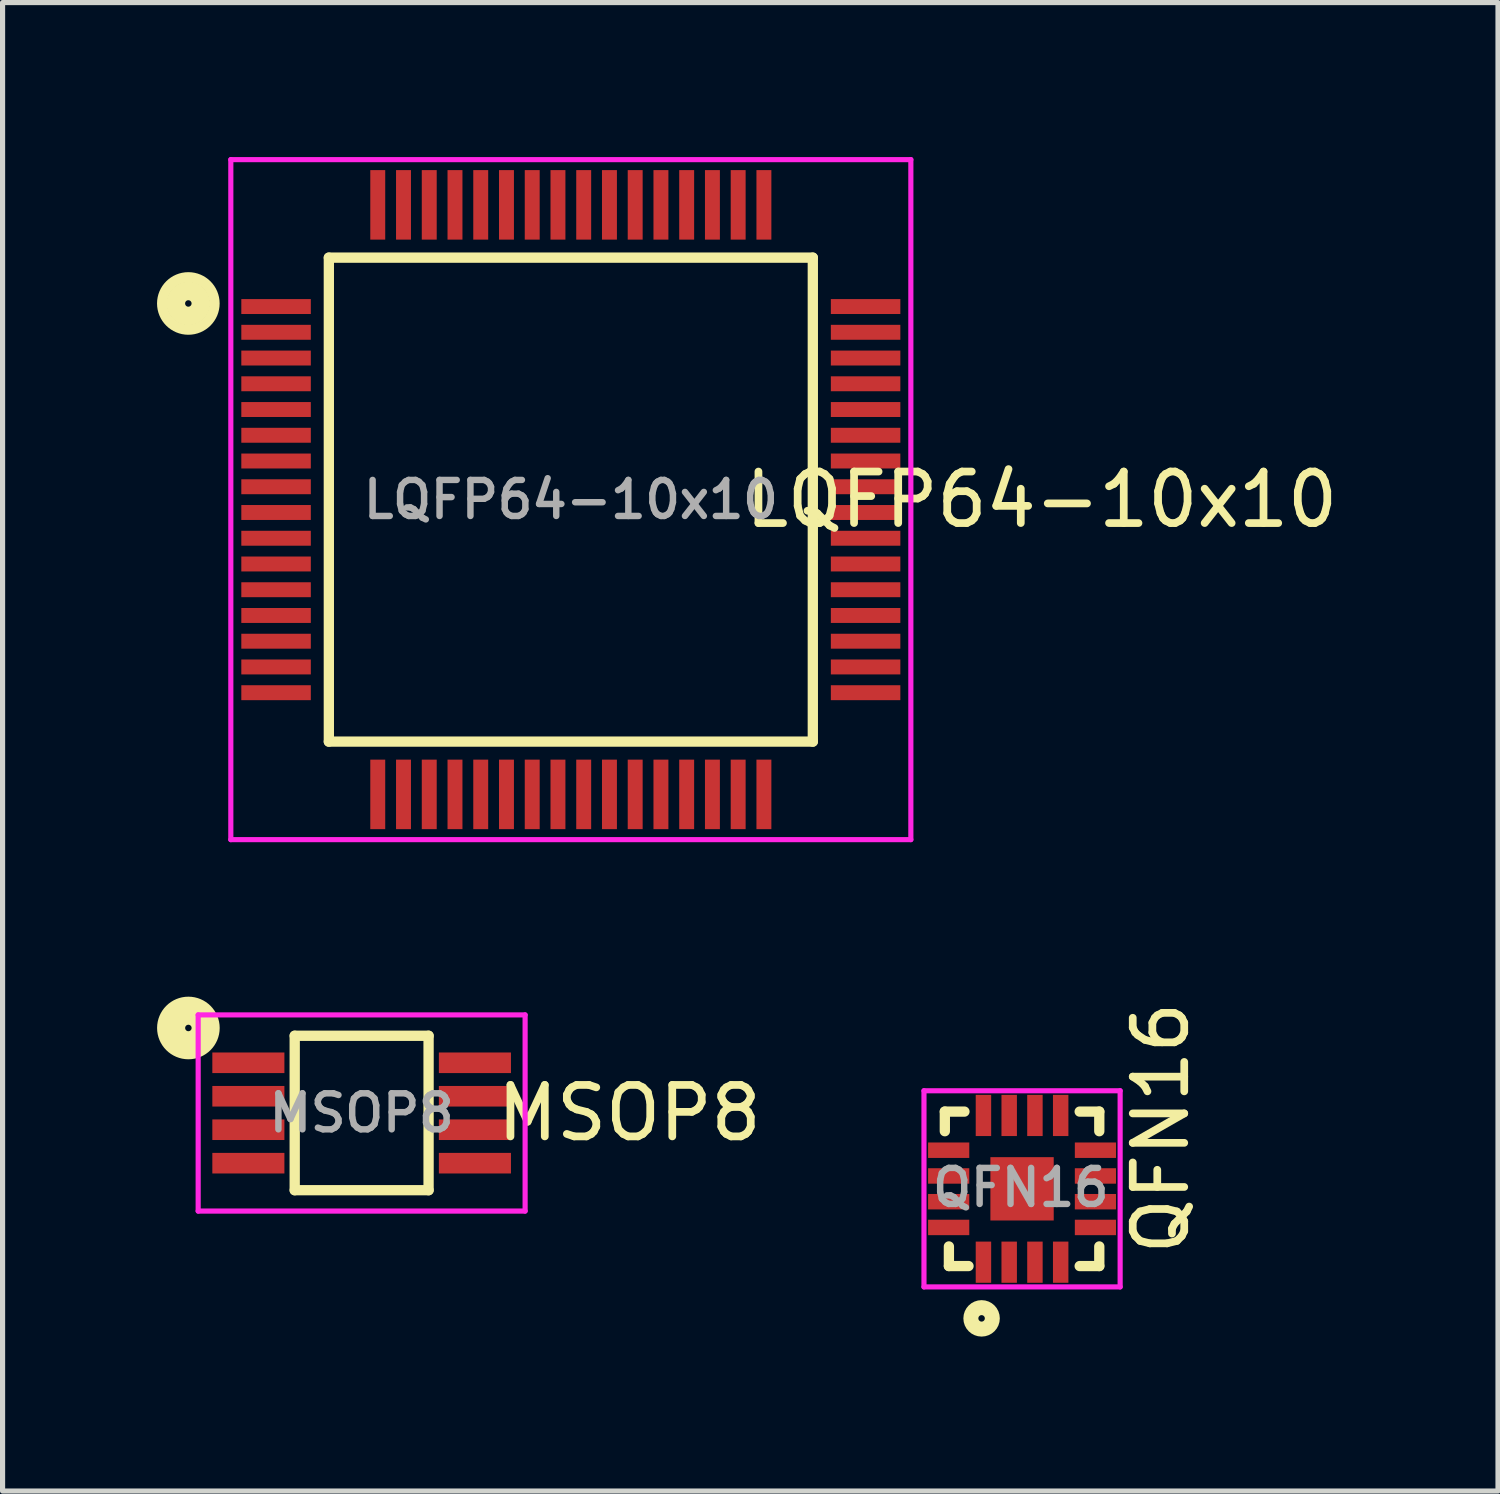
<source format=kicad_pcb>
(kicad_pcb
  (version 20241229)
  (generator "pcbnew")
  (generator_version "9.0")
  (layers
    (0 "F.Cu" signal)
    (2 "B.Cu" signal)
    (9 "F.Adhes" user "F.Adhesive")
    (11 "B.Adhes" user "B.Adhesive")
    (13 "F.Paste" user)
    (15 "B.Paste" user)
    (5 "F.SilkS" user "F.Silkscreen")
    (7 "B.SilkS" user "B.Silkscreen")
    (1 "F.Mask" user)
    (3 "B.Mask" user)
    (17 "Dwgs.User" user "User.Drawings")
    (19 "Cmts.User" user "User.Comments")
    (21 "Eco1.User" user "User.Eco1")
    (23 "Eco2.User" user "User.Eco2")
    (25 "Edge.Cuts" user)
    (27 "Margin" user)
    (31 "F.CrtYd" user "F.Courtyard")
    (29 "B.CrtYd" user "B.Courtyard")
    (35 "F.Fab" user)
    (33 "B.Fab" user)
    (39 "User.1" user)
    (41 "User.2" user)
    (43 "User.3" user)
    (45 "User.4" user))
  (footprint "QFN16"
    (layer "F.Cu")
    (at 16.801 20.04)
    (property "Reference" "QFN16" (at 2.695 -1.179 90) (layer "F.SilkS") (effects (font (size 1 1) (thickness 0.15))))
    (attr through_hole)
    (fp_line (start -1.5 -1.5) (end -1.5 -1.119) (stroke (width 0.2) (type solid)) (layer "F.SilkS"))
    (fp_line (start -1.5 -1.5) (end -1.119 -1.5) (stroke (width 0.2) (type solid)) (layer "F.SilkS"))
    (fp_line (start -1.421 1.5) (end -1.421 1.119) (stroke (width 0.2) (type solid)) (layer "F.SilkS"))
    (fp_line (start -1.04 1.5) (end -1.421 1.5) (stroke (width 0.2) (type solid)) (layer "F.SilkS"))
    (fp_line (start 1.5 -1.5) (end 1.119 -1.5) (stroke (width 0.2) (type solid)) (layer "F.SilkS"))
    (fp_line (start 1.5 -1.5) (end 1.5 -1.119) (stroke (width 0.2) (type solid)) (layer "F.SilkS"))
    (fp_line (start 1.5 1.5) (end 1.119 1.5) (stroke (width 0.2) (type solid)) (layer "F.SilkS"))
    (fp_line (start 1.5 1.5) (end 1.5 1.119) (stroke (width 0.2) (type solid)) (layer "F.SilkS"))
    (fp_circle (center -0.786 2.516) (end -0.723 2.516) (stroke (width 0.2) (type solid)) (fill no) (layer "F.SilkS"))
    (fp_circle (center -0.786 2.516) (end -0.532 2.516) (stroke (width 0.2) (type solid)) (fill no) (layer "F.SilkS"))
    (fp_line (start -1.905 -1.905) (end 1.905 -1.905) (stroke (width 0.1) (type solid)) (layer "F.CrtYd"))
    (fp_line (start -1.905 1.905) (end -1.905 -1.905) (stroke (width 0.1) (type solid)) (layer "F.CrtYd"))
    (fp_line (start 1.905 -1.905) (end 1.905 1.905) (stroke (width 0.1) (type solid)) (layer "F.CrtYd"))
    (fp_line (start 1.905 1.905) (end -1.905 1.905) (stroke (width 0.1) (type solid)) (layer "F.CrtYd"))
    (fp_text user "${REFERENCE}" (at -0.024 -0.024 0) (layer "F.Fab") (effects (font (size 0.7 0.7) (thickness 0.125))))
    (pad "1" smd rect (at -0.75 1.425) (size 0.3 0.8) (layers "F.Cu" "F.Mask" "F.Paste"))
    (pad "2" smd rect (at -0.25 1.425) (size 0.3 0.8) (layers "F.Cu" "F.Mask" "F.Paste"))
    (pad "3" smd rect (at 0 0) (size 1.23 1.23) (layers "F.Cu" "F.Mask" "F.Paste"))
    (pad "3" smd rect (at 0.25 1.425) (size 0.3 0.8) (layers "F.Cu" "F.Mask" "F.Paste"))
    (pad "4" smd rect (at 0.75 1.425) (size 0.3 0.8) (layers "F.Cu" "F.Mask" "F.Paste"))
    (pad "5" smd rect (at 1.425 0.75) (size 0.8 0.3) (layers "F.Cu" "F.Mask" "F.Paste"))
    (pad "6" smd rect (at 1.425 0.25) (size 0.8 0.3) (layers "F.Cu" "F.Mask" "F.Paste"))
    (pad "7" smd rect (at 1.425 -0.25) (size 0.8 0.3) (layers "F.Cu" "F.Mask" "F.Paste"))
    (pad "8" smd rect (at 1.425 -0.75) (size 0.8 0.3) (layers "F.Cu" "F.Mask" "F.Paste"))
    (pad "9" smd rect (at 0.75 -1.425) (size 0.3 0.8) (layers "F.Cu" "F.Mask" "F.Paste"))
    (pad "10" smd rect (at 0.25 -1.425) (size 0.3 0.8) (layers "F.Cu" "F.Mask" "F.Paste"))
    (pad "11" smd rect (at -0.25 -1.425) (size 0.3 0.8) (layers "F.Cu" "F.Mask" "F.Paste"))
    (pad "12" smd rect (at -0.75 -1.425) (size 0.3 0.8) (layers "F.Cu" "F.Mask" "F.Paste"))
    (pad "13" smd rect (at -1.425 -0.75) (size 0.8 0.3) (layers "F.Cu" "F.Mask" "F.Paste"))
    (pad "14" smd rect (at -1.425 -0.25) (size 0.8 0.3) (layers "F.Cu" "F.Mask" "F.Paste"))
    (pad "15" smd rect (at -1.425 0.25) (size 0.8 0.3) (layers "F.Cu" "F.Mask" "F.Paste"))
    (pad "16" smd rect (at -1.425 0.75) (size 0.8 0.3) (layers "F.Cu" "F.Mask" "F.Paste")))
  (footprint "MSOP8"
    (layer "F.Cu")
    (at 3.974 18.567)
    (property "Reference" "MSOP8" (at 5.2 0 0) (layer "F.SilkS") (effects (font (size 1 1) (thickness 0.15))))
    (attr through_hole)
    (fp_line (start -1.3 -1.5) (end -1.3 1.5) (stroke (width 0.2) (type solid)) (layer "F.SilkS"))
    (fp_line (start -1.3 1.5) (end 1.3 1.5) (stroke (width 0.2) (type solid)) (layer "F.SilkS"))
    (fp_line (start 1.3 -1.5) (end -1.3 -1.5) (stroke (width 0.2) (type solid)) (layer "F.SilkS"))
    (fp_line (start 1.3 1.5) (end 1.3 -1.5) (stroke (width 0.2) (type solid)) (layer "F.SilkS"))
    (fp_circle (center -3.365 -1.651) (end -3.302 -1.651) (stroke (width 0.2) (type solid)) (fill no) (layer "F.SilkS"))
    (fp_circle (center -3.365 -1.651) (end -3.111 -1.651) (stroke (width 0.2) (type solid)) (fill no) (layer "F.SilkS"))
    (fp_circle (center -3.365 -1.651) (end -2.985 -1.714) (stroke (width 0.2) (type solid)) (fill no) (layer "F.SilkS"))
    (fp_circle (center -3.365 -1.651) (end -2.857 -1.651) (stroke (width 0.2) (type solid)) (fill no) (layer "F.SilkS"))
    (fp_line (start -3.175 -1.905) (end -3.175 1.905) (stroke (width 0.1) (type solid)) (layer "F.CrtYd"))
    (fp_line (start -3.175 1.905) (end 3.175 1.905) (stroke (width 0.1) (type solid)) (layer "F.CrtYd"))
    (fp_line (start 3.175 -1.905) (end -3.175 -1.905) (stroke (width 0.1) (type solid)) (layer "F.CrtYd"))
    (fp_line (start 3.175 1.905) (end 3.175 -1.905) (stroke (width 0.1) (type solid)) (layer "F.CrtYd"))
    (fp_text user "${REFERENCE}" (at 0 0 0) (layer "F.Fab") (effects (font (size 0.7 0.7) (thickness 0.125))))
    (pad "1" smd rect (at -2.2 -0.975) (size 1.4 0.4) (layers "F.Cu" "F.Mask" "F.Paste"))
    (pad "2" smd rect (at -2.2 -0.325) (size 1.4 0.4) (layers "F.Cu" "F.Mask" "F.Paste"))
    (pad "3" smd rect (at -2.2 0.325) (size 1.4 0.4) (layers "F.Cu" "F.Mask" "F.Paste"))
    (pad "4" smd rect (at -2.2 0.975) (size 1.4 0.4) (layers "F.Cu" "F.Mask" "F.Paste"))
    (pad "5" smd rect (at 2.2 0.975) (size 1.4 0.4) (layers "F.Cu" "F.Mask" "F.Paste"))
    (pad "6" smd rect (at 2.2 0.325) (size 1.4 0.4) (layers "F.Cu" "F.Mask" "F.Paste"))
    (pad "7" smd rect (at 2.2 -0.325) (size 1.4 0.4) (layers "F.Cu" "F.Mask" "F.Paste"))
    (pad "8" smd rect (at 2.2 -0.975) (size 1.4 0.4) (layers "F.Cu" "F.Mask" "F.Paste")))
  (footprint "LQFP64-10x10"
    (layer "F.Cu")
    (at 8.037 6.654)
    (property "Reference" "LQFP64-10x10" (at 9.144 0 0) (layer "F.SilkS") (effects (font (size 1 1) (thickness 0.15))))
    (attr through_hole)
    (fp_line (start -4.7 -4.7) (end -4.7 4.7) (stroke (width 0.2) (type solid)) (layer "F.SilkS"))
    (fp_line (start -4.7 4.7) (end 4.7 4.7) (stroke (width 0.2) (type solid)) (layer "F.SilkS"))
    (fp_line (start 4.7 -4.7) (end -4.7 -4.7) (stroke (width 0.2) (type solid)) (layer "F.SilkS"))
    (fp_line (start 4.7 4.7) (end 4.7 -4.7) (stroke (width 0.2) (type solid)) (layer "F.SilkS"))
    (fp_circle (center -7.429 -3.81) (end -7.366 -3.81) (stroke (width 0.2) (type solid)) (fill no) (layer "F.SilkS"))
    (fp_circle (center -7.429 -3.81) (end -7.239 -3.81) (stroke (width 0.2) (type solid)) (fill no) (layer "F.SilkS"))
    (fp_circle (center -7.429 -3.81) (end -7.112 -3.873) (stroke (width 0.2) (type solid)) (fill no) (layer "F.SilkS"))
    (fp_circle (center -7.429 -3.81) (end -6.921 -3.81) (stroke (width 0.2) (type solid)) (fill no) (layer "F.SilkS"))
    (fp_line (start -6.604 -6.604) (end -6.604 6.604) (stroke (width 0.1) (type solid)) (layer "F.CrtYd"))
    (fp_line (start -6.604 6.604) (end 6.604 6.604) (stroke (width 0.1) (type solid)) (layer "F.CrtYd"))
    (fp_line (start 6.604 -6.604) (end -6.604 -6.604) (stroke (width 0.1) (type solid)) (layer "F.CrtYd"))
    (fp_line (start 6.604 6.604) (end 6.604 -6.604) (stroke (width 0.1) (type solid)) (layer "F.CrtYd"))
    (fp_text user "${REFERENCE}" (at 0 0 0) (layer "F.Fab") (effects (font (size 0.7 0.7) (thickness 0.125))))
    (pad "1" smd rect (at -5.725 -3.75) (size 1.35 0.29) (layers "F.Cu" "F.Mask" "F.Paste"))
    (pad "2" smd rect (at -5.725 -3.25) (size 1.35 0.29) (layers "F.Cu" "F.Mask" "F.Paste"))
    (pad "3" smd rect (at -5.725 -2.75) (size 1.35 0.29) (layers "F.Cu" "F.Mask" "F.Paste"))
    (pad "4" smd rect (at -5.725 -2.25) (size 1.35 0.29) (layers "F.Cu" "F.Mask" "F.Paste"))
    (pad "5" smd rect (at -5.725 -1.75) (size 1.35 0.29) (layers "F.Cu" "F.Mask" "F.Paste"))
    (pad "6" smd rect (at -5.725 -1.25) (size 1.35 0.29) (layers "F.Cu" "F.Mask" "F.Paste"))
    (pad "7" smd rect (at -5.725 -0.75) (size 1.35 0.29) (layers "F.Cu" "F.Mask" "F.Paste"))
    (pad "8" smd rect (at -5.725 -0.25) (size 1.35 0.29) (layers "F.Cu" "F.Mask" "F.Paste"))
    (pad "9" smd rect (at -5.725 0.25) (size 1.35 0.29) (layers "F.Cu" "F.Mask" "F.Paste"))
    (pad "10" smd rect (at -5.725 0.75) (size 1.35 0.29) (layers "F.Cu" "F.Mask" "F.Paste"))
    (pad "11" smd rect (at -5.725 1.25) (size 1.35 0.29) (layers "F.Cu" "F.Mask" "F.Paste"))
    (pad "12" smd rect (at -5.725 1.75) (size 1.35 0.29) (layers "F.Cu" "F.Mask" "F.Paste"))
    (pad "13" smd rect (at -5.725 2.25) (size 1.35 0.29) (layers "F.Cu" "F.Mask" "F.Paste"))
    (pad "14" smd rect (at -5.725 2.75) (size 1.35 0.29) (layers "F.Cu" "F.Mask" "F.Paste"))
    (pad "15" smd rect (at -5.725 3.25) (size 1.35 0.29) (layers "F.Cu" "F.Mask" "F.Paste"))
    (pad "16" smd rect (at -5.725 3.75) (size 1.35 0.29) (layers "F.Cu" "F.Mask" "F.Paste"))
    (pad "17" smd rect (at -3.75 5.725 90) (size 1.35 0.29) (layers "F.Cu" "F.Mask" "F.Paste"))
    (pad "18" smd rect (at -3.25 5.725 90) (size 1.35 0.29) (layers "F.Cu" "F.Mask" "F.Paste"))
    (pad "19" smd rect (at -2.75 5.725 90) (size 1.35 0.29) (layers "F.Cu" "F.Mask" "F.Paste"))
    (pad "20" smd rect (at -2.25 5.725 90) (size 1.35 0.29) (layers "F.Cu" "F.Mask" "F.Paste"))
    (pad "21" smd rect (at -1.75 5.725 90) (size 1.35 0.29) (layers "F.Cu" "F.Mask" "F.Paste"))
    (pad "22" smd rect (at -1.25 5.725 90) (size 1.35 0.29) (layers "F.Cu" "F.Mask" "F.Paste"))
    (pad "23" smd rect (at -0.75 5.725 90) (size 1.35 0.29) (layers "F.Cu" "F.Mask" "F.Paste"))
    (pad "24" smd rect (at -0.25 5.725 90) (size 1.35 0.29) (layers "F.Cu" "F.Mask" "F.Paste"))
    (pad "25" smd rect (at 0.25 5.725 90) (size 1.35 0.29) (layers "F.Cu" "F.Mask" "F.Paste"))
    (pad "26" smd rect (at 0.75 5.725 90) (size 1.35 0.29) (layers "F.Cu" "F.Mask" "F.Paste"))
    (pad "27" smd rect (at 1.25 5.725 90) (size 1.35 0.29) (layers "F.Cu" "F.Mask" "F.Paste"))
    (pad "28" smd rect (at 1.75 5.725 90) (size 1.35 0.29) (layers "F.Cu" "F.Mask" "F.Paste"))
    (pad "29" smd rect (at 2.25 5.725 90) (size 1.35 0.29) (layers "F.Cu" "F.Mask" "F.Paste"))
    (pad "30" smd rect (at 2.75 5.725 90) (size 1.35 0.29) (layers "F.Cu" "F.Mask" "F.Paste"))
    (pad "31" smd rect (at 3.25 5.725 90) (size 1.35 0.29) (layers "F.Cu" "F.Mask" "F.Paste"))
    (pad "32" smd rect (at 3.75 5.725 90) (size 1.35 0.29) (layers "F.Cu" "F.Mask" "F.Paste"))
    (pad "33" smd rect (at 5.725 3.75) (size 1.35 0.29) (layers "F.Cu" "F.Mask" "F.Paste"))
    (pad "34" smd rect (at 5.725 3.25) (size 1.35 0.29) (layers "F.Cu" "F.Mask" "F.Paste"))
    (pad "35" smd rect (at 5.725 2.75) (size 1.35 0.29) (layers "F.Cu" "F.Mask" "F.Paste"))
    (pad "36" smd rect (at 5.725 2.25) (size 1.35 0.29) (layers "F.Cu" "F.Mask" "F.Paste"))
    (pad "37" smd rect (at 5.725 1.75) (size 1.35 0.29) (layers "F.Cu" "F.Mask" "F.Paste"))
    (pad "38" smd rect (at 5.725 1.25) (size 1.35 0.29) (layers "F.Cu" "F.Mask" "F.Paste"))
    (pad "39" smd rect (at 5.725 0.75) (size 1.35 0.29) (layers "F.Cu" "F.Mask" "F.Paste"))
    (pad "40" smd rect (at 5.725 0.25) (size 1.35 0.29) (layers "F.Cu" "F.Mask" "F.Paste"))
    (pad "41" smd rect (at 5.725 -0.25) (size 1.35 0.29) (layers "F.Cu" "F.Mask" "F.Paste"))
    (pad "42" smd rect (at 5.725 -0.75) (size 1.35 0.29) (layers "F.Cu" "F.Mask" "F.Paste"))
    (pad "43" smd rect (at 5.725 -1.25) (size 1.35 0.29) (layers "F.Cu" "F.Mask" "F.Paste"))
    (pad "44" smd rect (at 5.725 -1.75) (size 1.35 0.29) (layers "F.Cu" "F.Mask" "F.Paste"))
    (pad "45" smd rect (at 5.725 -2.25) (size 1.35 0.29) (layers "F.Cu" "F.Mask" "F.Paste"))
    (pad "46" smd rect (at 5.725 -2.75) (size 1.35 0.29) (layers "F.Cu" "F.Mask" "F.Paste"))
    (pad "47" smd rect (at 5.725 -3.25) (size 1.35 0.29) (layers "F.Cu" "F.Mask" "F.Paste"))
    (pad "48" smd rect (at 5.725 -3.75) (size 1.35 0.29) (layers "F.Cu" "F.Mask" "F.Paste"))
    (pad "49" smd rect (at 3.75 -5.725 90) (size 1.35 0.29) (layers "F.Cu" "F.Mask" "F.Paste"))
    (pad "50" smd rect (at 3.25 -5.725 90) (size 1.35 0.29) (layers "F.Cu" "F.Mask" "F.Paste"))
    (pad "51" smd rect (at 2.75 -5.725 90) (size 1.35 0.29) (layers "F.Cu" "F.Mask" "F.Paste"))
    (pad "52" smd rect (at 2.25 -5.725 90) (size 1.35 0.29) (layers "F.Cu" "F.Mask" "F.Paste"))
    (pad "53" smd rect (at 1.75 -5.725 90) (size 1.35 0.29) (layers "F.Cu" "F.Mask" "F.Paste"))
    (pad "54" smd rect (at 1.25 -5.725 90) (size 1.35 0.29) (layers "F.Cu" "F.Mask" "F.Paste"))
    (pad "55" smd rect (at 0.75 -5.725 90) (size 1.35 0.29) (layers "F.Cu" "F.Mask" "F.Paste"))
    (pad "56" smd rect (at 0.25 -5.725 90) (size 1.35 0.29) (layers "F.Cu" "F.Mask" "F.Paste"))
    (pad "57" smd rect (at -0.25 -5.725 90) (size 1.35 0.29) (layers "F.Cu" "F.Mask" "F.Paste"))
    (pad "58" smd rect (at -0.75 -5.725 90) (size 1.35 0.29) (layers "F.Cu" "F.Mask" "F.Paste"))
    (pad "59" smd rect (at -1.25 -5.725 90) (size 1.35 0.29) (layers "F.Cu" "F.Mask" "F.Paste"))
    (pad "60" smd rect (at -1.75 -5.725 90) (size 1.35 0.29) (layers "F.Cu" "F.Mask" "F.Paste"))
    (pad "61" smd rect (at -2.25 -5.725 90) (size 1.35 0.29) (layers "F.Cu" "F.Mask" "F.Paste"))
    (pad "62" smd rect (at -2.75 -5.725 90) (size 1.35 0.29) (layers "F.Cu" "F.Mask" "F.Paste"))
    (pad "63" smd rect (at -3.25 -5.725 90) (size 1.35 0.29) (layers "F.Cu" "F.Mask" "F.Paste"))
    (pad "64" smd rect (at -3.75 -5.725 90) (size 1.35 0.29) (layers "F.Cu" "F.Mask" "F.Paste")))
  (gr_rect
    (start -3 -3)
    (end 26.045 25.91)
    (stroke (width 0.1) (type default))
    (fill no)
    (layer "Edge.Cuts")))
</source>
